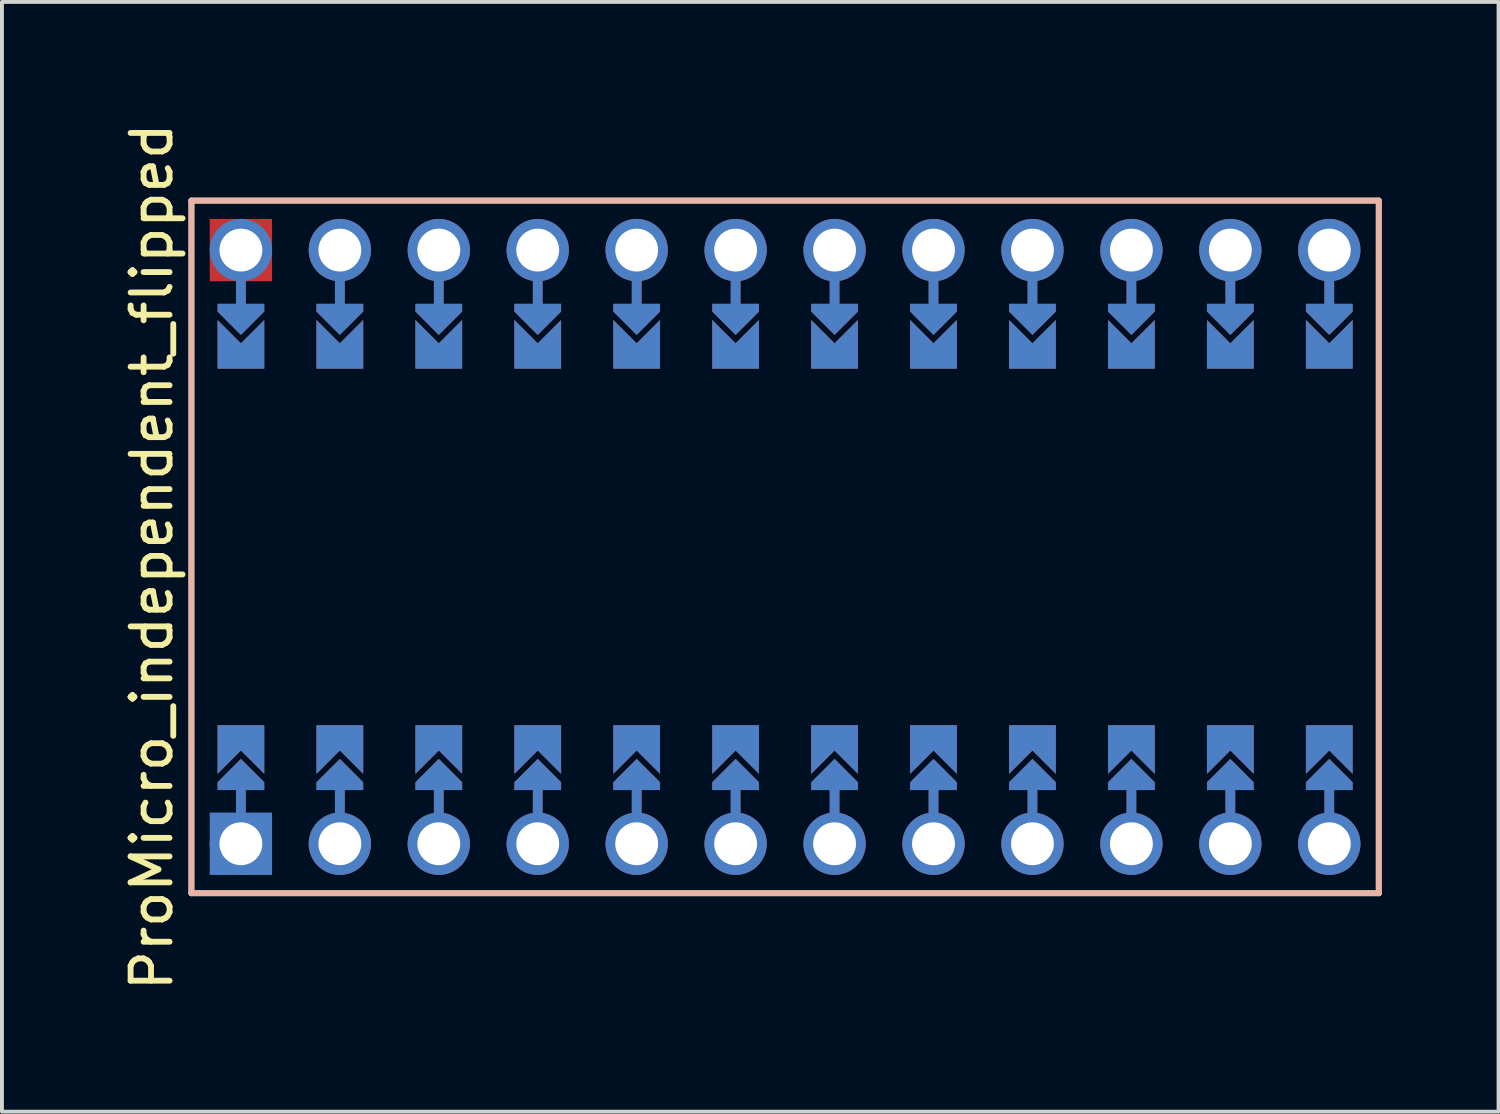
<source format=kicad_pcb>
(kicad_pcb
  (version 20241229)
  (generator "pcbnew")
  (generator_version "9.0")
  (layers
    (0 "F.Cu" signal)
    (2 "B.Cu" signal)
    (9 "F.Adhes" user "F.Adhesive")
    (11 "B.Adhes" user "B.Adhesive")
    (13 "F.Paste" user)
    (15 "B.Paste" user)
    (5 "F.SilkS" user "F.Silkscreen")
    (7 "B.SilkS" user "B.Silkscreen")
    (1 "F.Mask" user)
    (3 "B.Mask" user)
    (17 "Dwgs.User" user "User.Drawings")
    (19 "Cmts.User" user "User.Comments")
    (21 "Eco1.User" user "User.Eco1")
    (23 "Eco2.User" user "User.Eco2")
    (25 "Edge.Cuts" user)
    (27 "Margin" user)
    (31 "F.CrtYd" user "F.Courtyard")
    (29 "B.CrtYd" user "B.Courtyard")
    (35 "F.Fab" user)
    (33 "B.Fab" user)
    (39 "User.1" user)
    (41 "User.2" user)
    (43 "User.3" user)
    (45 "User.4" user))
  (footprint "ProMicro_independent_flipped"
    (layer "F.Cu")
    (at 17.104 10.99)
    (property "Reference" "ProMicro_independent_flipped" (at -16.256 0.254 90) (layer "F.SilkS") (effects (font (size 1 1) (thickness 0.15))))
    (attr through_hole)
    (fp_poly (pts (xy -14.478 -5.08) (xy -13.462 -5.08) (xy -13.462 -6.096) (xy -14.478 -6.096)) (stroke (width 0.2) (type solid)) (fill yes) (layer "F.Mask"))
    (fp_poly (pts (xy -13.462 5.08) (xy -14.478 5.08) (xy -14.478 6.096) (xy -13.462 6.096)) (stroke (width 0.2) (type solid)) (fill yes) (layer "F.Mask"))
    (fp_poly (pts (xy -11.938 -5.08) (xy -10.922 -5.08) (xy -10.922 -6.096) (xy -11.938 -6.096)) (stroke (width 0.2) (type solid)) (fill yes) (layer "F.Mask"))
    (fp_poly (pts (xy -10.922 5.08) (xy -11.938 5.08) (xy -11.938 6.096) (xy -10.922 6.096)) (stroke (width 0.2) (type solid)) (fill yes) (layer "F.Mask"))
    (fp_poly (pts (xy -9.398 -5.08) (xy -8.382 -5.08) (xy -8.382 -6.096) (xy -9.398 -6.096)) (stroke (width 0.2) (type solid)) (fill yes) (layer "F.Mask"))
    (fp_poly (pts (xy -8.382 5.08) (xy -9.398 5.08) (xy -9.398 6.096) (xy -8.382 6.096)) (stroke (width 0.2) (type solid)) (fill yes) (layer "F.Mask"))
    (fp_poly (pts (xy -6.858 -5.08) (xy -5.842 -5.08) (xy -5.842 -6.096) (xy -6.858 -6.096)) (stroke (width 0.2) (type solid)) (fill yes) (layer "F.Mask"))
    (fp_poly (pts (xy -5.842 5.08) (xy -6.858 5.08) (xy -6.858 6.096) (xy -5.842 6.096)) (stroke (width 0.2) (type solid)) (fill yes) (layer "F.Mask"))
    (fp_poly (pts (xy -4.318 -5.08) (xy -3.302 -5.08) (xy -3.302 -6.096) (xy -4.318 -6.096)) (stroke (width 0.2) (type solid)) (fill yes) (layer "F.Mask"))
    (fp_poly (pts (xy -3.302 5.08) (xy -4.318 5.08) (xy -4.318 6.096) (xy -3.302 6.096)) (stroke (width 0.2) (type solid)) (fill yes) (layer "F.Mask"))
    (fp_poly (pts (xy -1.778 -5.08) (xy -0.762 -5.08) (xy -0.762 -6.096) (xy -1.778 -6.096)) (stroke (width 0.2) (type solid)) (fill yes) (layer "F.Mask"))
    (fp_poly (pts (xy -0.762 5.08) (xy -1.778 5.08) (xy -1.778 6.096) (xy -0.762 6.096)) (stroke (width 0.2) (type solid)) (fill yes) (layer "F.Mask"))
    (fp_poly (pts (xy 0.762 -5.08) (xy 1.778 -5.08) (xy 1.778 -6.096) (xy 0.762 -6.096)) (stroke (width 0.2) (type solid)) (fill yes) (layer "F.Mask"))
    (fp_poly (pts (xy 1.778 5.08) (xy 0.762 5.08) (xy 0.762 6.096) (xy 1.778 6.096)) (stroke (width 0.2) (type solid)) (fill yes) (layer "F.Mask"))
    (fp_poly (pts (xy 3.302 -5.08) (xy 4.318 -5.08) (xy 4.318 -6.096) (xy 3.302 -6.096)) (stroke (width 0.2) (type solid)) (fill yes) (layer "F.Mask"))
    (fp_poly (pts (xy 4.318 5.08) (xy 3.302 5.08) (xy 3.302 6.096) (xy 4.318 6.096)) (stroke (width 0.2) (type solid)) (fill yes) (layer "F.Mask"))
    (fp_poly (pts (xy 5.842 -5.08) (xy 6.858 -5.08) (xy 6.858 -6.096) (xy 5.842 -6.096)) (stroke (width 0.2) (type solid)) (fill yes) (layer "F.Mask"))
    (fp_poly (pts (xy 6.858 5.08) (xy 5.842 5.08) (xy 5.842 6.096) (xy 6.858 6.096)) (stroke (width 0.2) (type solid)) (fill yes) (layer "F.Mask"))
    (fp_poly (pts (xy 8.382 -5.08) (xy 9.398 -5.08) (xy 9.398 -6.096) (xy 8.382 -6.096)) (stroke (width 0.2) (type solid)) (fill yes) (layer "F.Mask"))
    (fp_poly (pts (xy 9.398 5.08) (xy 8.382 5.08) (xy 8.382 6.096) (xy 9.398 6.096)) (stroke (width 0.2) (type solid)) (fill yes) (layer "F.Mask"))
    (fp_poly (pts (xy 10.922 -5.08) (xy 11.938 -5.08) (xy 11.938 -6.096) (xy 10.922 -6.096)) (stroke (width 0.2) (type solid)) (fill yes) (layer "F.Mask"))
    (fp_poly (pts (xy 11.938 5.08) (xy 10.922 5.08) (xy 10.922 6.096) (xy 11.938 6.096)) (stroke (width 0.2) (type solid)) (fill yes) (layer "F.Mask"))
    (fp_poly (pts (xy 13.462 -5.08) (xy 14.478 -5.08) (xy 14.478 -6.096) (xy 13.462 -6.096)) (stroke (width 0.2) (type solid)) (fill yes) (layer "F.Mask"))
    (fp_poly (pts (xy 14.478 5.08) (xy 13.462 5.08) (xy 13.462 6.096) (xy 14.478 6.096)) (stroke (width 0.2) (type solid)) (fill yes) (layer "F.Mask"))
    (fp_poly (pts (xy -14.478 -5.08) (xy -13.462 -5.08) (xy -13.462 -6.096) (xy -14.478 -6.096)) (stroke (width 0.2) (type solid)) (fill yes) (layer "B.Mask"))
    (fp_poly (pts (xy -13.462 5.08) (xy -14.478 5.08) (xy -14.478 6.096) (xy -13.462 6.096)) (stroke (width 0.2) (type solid)) (fill yes) (layer "B.Mask"))
    (fp_poly (pts (xy -11.938 -5.08) (xy -10.922 -5.08) (xy -10.922 -6.096) (xy -11.938 -6.096)) (stroke (width 0.2) (type solid)) (fill yes) (layer "B.Mask"))
    (fp_poly (pts (xy -10.922 5.08) (xy -11.938 5.08) (xy -11.938 6.096) (xy -10.922 6.096)) (stroke (width 0.2) (type solid)) (fill yes) (layer "B.Mask"))
    (fp_poly (pts (xy -9.398 -5.08) (xy -8.382 -5.08) (xy -8.382 -6.096) (xy -9.398 -6.096)) (stroke (width 0.2) (type solid)) (fill yes) (layer "B.Mask"))
    (fp_poly (pts (xy -8.382 5.08) (xy -9.398 5.08) (xy -9.398 6.096) (xy -8.382 6.096)) (stroke (width 0.2) (type solid)) (fill yes) (layer "B.Mask"))
    (fp_poly (pts (xy -6.858 -5.08) (xy -5.842 -5.08) (xy -5.842 -6.096) (xy -6.858 -6.096)) (stroke (width 0.2) (type solid)) (fill yes) (layer "B.Mask"))
    (fp_poly (pts (xy -5.842 5.08) (xy -6.858 5.08) (xy -6.858 6.096) (xy -5.842 6.096)) (stroke (width 0.2) (type solid)) (fill yes) (layer "B.Mask"))
    (fp_poly (pts (xy -4.318 -5.08) (xy -3.302 -5.08) (xy -3.302 -6.096) (xy -4.318 -6.096)) (stroke (width 0.2) (type solid)) (fill yes) (layer "B.Mask"))
    (fp_poly (pts (xy -3.302 5.08) (xy -4.318 5.08) (xy -4.318 6.096) (xy -3.302 6.096)) (stroke (width 0.2) (type solid)) (fill yes) (layer "B.Mask"))
    (fp_poly (pts (xy -1.778 -5.08) (xy -0.762 -5.08) (xy -0.762 -6.096) (xy -1.778 -6.096)) (stroke (width 0.2) (type solid)) (fill yes) (layer "B.Mask"))
    (fp_poly (pts (xy -0.762 5.08) (xy -1.778 5.08) (xy -1.778 6.096) (xy -0.762 6.096)) (stroke (width 0.2) (type solid)) (fill yes) (layer "B.Mask"))
    (fp_poly (pts (xy 0.762 -5.08) (xy 1.778 -5.08) (xy 1.778 -6.096) (xy 0.762 -6.096)) (stroke (width 0.2) (type solid)) (fill yes) (layer "B.Mask"))
    (fp_poly (pts (xy 1.778 5.08) (xy 0.762 5.08) (xy 0.762 6.096) (xy 1.778 6.096)) (stroke (width 0.2) (type solid)) (fill yes) (layer "B.Mask"))
    (fp_poly (pts (xy 3.302 -5.08) (xy 4.318 -5.08) (xy 4.318 -6.096) (xy 3.302 -6.096)) (stroke (width 0.2) (type solid)) (fill yes) (layer "B.Mask"))
    (fp_poly (pts (xy 4.318 5.08) (xy 3.302 5.08) (xy 3.302 6.096) (xy 4.318 6.096)) (stroke (width 0.2) (type solid)) (fill yes) (layer "B.Mask"))
    (fp_poly (pts (xy 5.842 -5.08) (xy 6.858 -5.08) (xy 6.858 -6.096) (xy 5.842 -6.096)) (stroke (width 0.2) (type solid)) (fill yes) (layer "B.Mask"))
    (fp_poly (pts (xy 6.858 5.08) (xy 5.842 5.08) (xy 5.842 6.096) (xy 6.858 6.096)) (stroke (width 0.2) (type solid)) (fill yes) (layer "B.Mask"))
    (fp_poly (pts (xy 8.382 -5.08) (xy 9.398 -5.08) (xy 9.398 -6.096) (xy 8.382 -6.096)) (stroke (width 0.2) (type solid)) (fill yes) (layer "B.Mask"))
    (fp_poly (pts (xy 9.398 5.08) (xy 8.382 5.08) (xy 8.382 6.096) (xy 9.398 6.096)) (stroke (width 0.2) (type solid)) (fill yes) (layer "B.Mask"))
    (fp_poly (pts (xy 10.922 -5.08) (xy 11.938 -5.08) (xy 11.938 -6.096) (xy 10.922 -6.096)) (stroke (width 0.2) (type solid)) (fill yes) (layer "B.Mask"))
    (fp_poly (pts (xy 11.938 5.08) (xy 10.922 5.08) (xy 10.922 6.096) (xy 11.938 6.096)) (stroke (width 0.2) (type solid)) (fill yes) (layer "B.Mask"))
    (fp_poly (pts (xy 13.462 -5.08) (xy 14.478 -5.08) (xy 14.478 -6.096) (xy 13.462 -6.096)) (stroke (width 0.2) (type solid)) (fill yes) (layer "B.Mask"))
    (fp_poly (pts (xy 14.478 5.08) (xy 13.462 5.08) (xy 13.462 6.096) (xy 14.478 6.096)) (stroke (width 0.2) (type solid)) (fill yes) (layer "B.Mask"))
    (fp_line (start -15.24 -8.89) (end -15.24 8.89) (stroke (width 0.15) (type solid)) (layer "F.SilkS"))
    (fp_line (start -15.24 -8.89) (end 15.24 -8.89) (stroke (width 0.15) (type solid)) (layer "F.SilkS"))
    (fp_line (start -15.24 8.89) (end 15.24 8.89) (stroke (width 0.15) (type solid)) (layer "F.SilkS"))
    (fp_line (start 15.24 8.89) (end 15.24 -8.89) (stroke (width 0.15) (type solid)) (layer "F.SilkS"))
    (fp_line (start -15.24 -8.89) (end -15.24 8.89) (stroke (width 0.15) (type solid)) (layer "B.SilkS"))
    (fp_line (start -15.24 -8.89) (end 15.24 -8.89) (stroke (width 0.15) (type solid)) (layer "B.SilkS"))
    (fp_line (start -15.24 8.89) (end 15.24 8.89) (stroke (width 0.15) (type solid)) (layer "B.SilkS"))
    (fp_line (start 15.24 8.89) (end 15.24 -8.89) (stroke (width 0.15) (type solid)) (layer "B.SilkS"))
    (pad "" thru_hole circle (at -13.97 -7.62) (size 1.6 1.6) (drill 1.1) (layers "*.Cu" "*.Paste" "*.Mask"))
    (pad "" smd rect (at -13.97 -7.62 90) (size 1.6 1.6) (layers "F.Cu" "F.Mask" "F.Paste"))
    (pad "" smd custom (at -13.97 -6.35 180) (size 0.25 1) (layers "F.Cu") (options (anchor rect)) (primitives))
    (pad "" smd custom (at -13.97 -6.35 180) (size 0.25 1) (layers "B.Cu") (options (anchor rect)) (primitives))
    (pad "" smd custom (at -13.97 -5.842 180) (size 0.1 0.1) (layers "F.Cu" "F.Mask") (options (anchor rect)) (primitives (gr_poly (pts (xy 0.6 0.4) (xy -0.6 0.4) (xy -0.6 0.2) (xy 0 -0.4) (xy 0.6 0.2)) (width 0) (fill yes))))
    (pad "" smd custom (at -13.97 -5.842 180) (size 0.1 0.1) (layers "B.Cu" "B.Mask") (options (anchor rect)) (primitives (gr_poly (pts (xy 0.6 0.4) (xy -0.6 0.4) (xy -0.6 0.2) (xy 0 -0.4) (xy 0.6 0.2)) (width 0) (fill yes))))
    (pad "" smd custom (at -13.97 5.842) (size 0.1 0.1) (layers "F.Cu" "F.Mask") (options (anchor rect)) (primitives (gr_poly (pts (xy 0.6 0.4) (xy -0.6 0.4) (xy -0.6 0.2) (xy 0 -0.4) (xy 0.6 0.2)) (width 0) (fill yes))))
    (pad "" smd custom (at -13.97 5.842) (size 0.1 0.1) (layers "B.Cu" "B.Mask") (options (anchor rect)) (primitives (gr_poly (pts (xy 0.6 0.4) (xy -0.6 0.4) (xy -0.6 0.2) (xy 0 -0.4) (xy 0.6 0.2)) (width 0) (fill yes))))
    (pad "" smd custom (at -13.97 6.35) (size 0.25 1) (layers "F.Cu") (options (anchor rect)) (primitives))
    (pad "" smd custom (at -13.97 6.35) (size 0.25 1) (layers "B.Cu") (options (anchor rect)) (primitives))
    (pad "" thru_hole circle (at -13.97 7.62) (size 1.6 1.6) (drill 1.1) (layers "*.Cu" "*.Paste" "*.Mask"))
    (pad "" smd rect (at -13.97 7.62) (size 1.6 1.6) (layers "B.Cu" "B.Mask" "B.Paste"))
    (pad "" thru_hole circle (at -11.43 -7.62) (size 1.6 1.6) (drill 1.1) (layers "*.Cu" "*.Paste" "*.Mask"))
    (pad "" smd custom (at -11.43 -6.35 180) (size 0.25 1) (layers "F.Cu") (options (anchor rect)) (primitives))
    (pad "" smd custom (at -11.43 -6.35 180) (size 0.25 1) (layers "B.Cu") (options (anchor rect)) (primitives))
    (pad "" smd custom (at -11.43 -5.842 180) (size 0.1 0.1) (layers "F.Cu" "F.Mask") (options (anchor rect)) (primitives (gr_poly (pts (xy 0.6 0.4) (xy -0.6 0.4) (xy -0.6 0.2) (xy 0 -0.4) (xy 0.6 0.2)) (width 0) (fill yes))))
    (pad "" smd custom (at -11.43 -5.842 180) (size 0.1 0.1) (layers "B.Cu" "B.Mask") (options (anchor rect)) (primitives (gr_poly (pts (xy 0.6 0.4) (xy -0.6 0.4) (xy -0.6 0.2) (xy 0 -0.4) (xy 0.6 0.2)) (width 0) (fill yes))))
    (pad "" smd custom (at -11.43 5.842) (size 0.1 0.1) (layers "F.Cu" "F.Mask") (options (anchor rect)) (primitives (gr_poly (pts (xy 0.6 0.4) (xy -0.6 0.4) (xy -0.6 0.2) (xy 0 -0.4) (xy 0.6 0.2)) (width 0) (fill yes))))
    (pad "" smd custom (at -11.43 5.842) (size 0.1 0.1) (layers "B.Cu" "B.Mask") (options (anchor rect)) (primitives (gr_poly (pts (xy 0.6 0.4) (xy -0.6 0.4) (xy -0.6 0.2) (xy 0 -0.4) (xy 0.6 0.2)) (width 0) (fill yes))))
    (pad "" smd custom (at -11.43 6.35) (size 0.25 1) (layers "F.Cu") (options (anchor rect)) (primitives))
    (pad "" smd custom (at -11.43 6.35) (size 0.25 1) (layers "B.Cu") (options (anchor rect)) (primitives))
    (pad "" thru_hole circle (at -11.43 7.62) (size 1.6 1.6) (drill 1.1) (layers "*.Cu" "*.Paste" "*.Mask"))
    (pad "" thru_hole circle (at -8.89 -7.62) (size 1.6 1.6) (drill 1.1) (layers "*.Cu" "*.Paste" "*.Mask"))
    (pad "" smd custom (at -8.89 -6.35 180) (size 0.25 1) (layers "F.Cu") (options (anchor rect)) (primitives))
    (pad "" smd custom (at -8.89 -6.35 180) (size 0.25 1) (layers "B.Cu") (options (anchor rect)) (primitives))
    (pad "" smd custom (at -8.89 -5.842 180) (size 0.1 0.1) (layers "F.Cu" "F.Mask") (options (anchor rect)) (primitives (gr_poly (pts (xy 0.6 0.4) (xy -0.6 0.4) (xy -0.6 0.2) (xy 0 -0.4) (xy 0.6 0.2)) (width 0) (fill yes))))
    (pad "" smd custom (at -8.89 -5.842 180) (size 0.1 0.1) (layers "B.Cu" "B.Mask") (options (anchor rect)) (primitives (gr_poly (pts (xy 0.6 0.4) (xy -0.6 0.4) (xy -0.6 0.2) (xy 0 -0.4) (xy 0.6 0.2)) (width 0) (fill yes))))
    (pad "" smd custom (at -8.89 5.842) (size 0.1 0.1) (layers "F.Cu" "F.Mask") (options (anchor rect)) (primitives (gr_poly (pts (xy 0.6 0.4) (xy -0.6 0.4) (xy -0.6 0.2) (xy 0 -0.4) (xy 0.6 0.2)) (width 0) (fill yes))))
    (pad "" smd custom (at -8.89 5.842) (size 0.1 0.1) (layers "B.Cu" "B.Mask") (options (anchor rect)) (primitives (gr_poly (pts (xy 0.6 0.4) (xy -0.6 0.4) (xy -0.6 0.2) (xy 0 -0.4) (xy 0.6 0.2)) (width 0) (fill yes))))
    (pad "" smd custom (at -8.89 6.35) (size 0.25 1) (layers "F.Cu") (options (anchor rect)) (primitives))
    (pad "" smd custom (at -8.89 6.35) (size 0.25 1) (layers "B.Cu") (options (anchor rect)) (primitives))
    (pad "" thru_hole circle (at -8.89 7.62) (size 1.6 1.6) (drill 1.1) (layers "*.Cu" "*.Paste" "*.Mask"))
    (pad "" thru_hole circle (at -6.35 -7.62) (size 1.6 1.6) (drill 1.1) (layers "*.Cu" "*.Paste" "*.Mask"))
    (pad "" smd custom (at -6.35 -6.35 180) (size 0.25 1) (layers "F.Cu") (options (anchor rect)) (primitives))
    (pad "" smd custom (at -6.35 -6.35 180) (size 0.25 1) (layers "B.Cu") (options (anchor rect)) (primitives))
    (pad "" smd custom (at -6.35 -5.842 180) (size 0.1 0.1) (layers "F.Cu" "F.Mask") (options (anchor rect)) (primitives (gr_poly (pts (xy 0.6 0.4) (xy -0.6 0.4) (xy -0.6 0.2) (xy 0 -0.4) (xy 0.6 0.2)) (width 0) (fill yes))))
    (pad "" smd custom (at -6.35 -5.842 180) (size 0.1 0.1) (layers "B.Cu" "B.Mask") (options (anchor rect)) (primitives (gr_poly (pts (xy 0.6 0.4) (xy -0.6 0.4) (xy -0.6 0.2) (xy 0 -0.4) (xy 0.6 0.2)) (width 0) (fill yes))))
    (pad "" smd custom (at -6.35 5.842) (size 0.1 0.1) (layers "F.Cu" "F.Mask") (options (anchor rect)) (primitives (gr_poly (pts (xy 0.6 0.4) (xy -0.6 0.4) (xy -0.6 0.2) (xy 0 -0.4) (xy 0.6 0.2)) (width 0) (fill yes))))
    (pad "" smd custom (at -6.35 5.842) (size 0.1 0.1) (layers "B.Cu" "B.Mask") (options (anchor rect)) (primitives (gr_poly (pts (xy 0.6 0.4) (xy -0.6 0.4) (xy -0.6 0.2) (xy 0 -0.4) (xy 0.6 0.2)) (width 0) (fill yes))))
    (pad "" smd custom (at -6.35 6.35) (size 0.25 1) (layers "F.Cu") (options (anchor rect)) (primitives))
    (pad "" smd custom (at -6.35 6.35) (size 0.25 1) (layers "B.Cu") (options (anchor rect)) (primitives))
    (pad "" thru_hole circle (at -6.35 7.62) (size 1.6 1.6) (drill 1.1) (layers "*.Cu" "*.Paste" "*.Mask"))
    (pad "" thru_hole circle (at -3.81 -7.62) (size 1.6 1.6) (drill 1.1) (layers "*.Cu" "*.Paste" "*.Mask"))
    (pad "" smd custom (at -3.81 -6.35 180) (size 0.25 1) (layers "F.Cu") (options (anchor rect)) (primitives))
    (pad "" smd custom (at -3.81 -6.35 180) (size 0.25 1) (layers "B.Cu") (options (anchor rect)) (primitives))
    (pad "" smd custom (at -3.81 -5.842 180) (size 0.1 0.1) (layers "F.Cu" "F.Mask") (options (anchor rect)) (primitives (gr_poly (pts (xy 0.6 0.4) (xy -0.6 0.4) (xy -0.6 0.2) (xy 0 -0.4) (xy 0.6 0.2)) (width 0) (fill yes))))
    (pad "" smd custom (at -3.81 -5.842 180) (size 0.1 0.1) (layers "B.Cu" "B.Mask") (options (anchor rect)) (primitives (gr_poly (pts (xy 0.6 0.4) (xy -0.6 0.4) (xy -0.6 0.2) (xy 0 -0.4) (xy 0.6 0.2)) (width 0) (fill yes))))
    (pad "" smd custom (at -3.81 5.842) (size 0.1 0.1) (layers "F.Cu" "F.Mask") (options (anchor rect)) (primitives (gr_poly (pts (xy 0.6 0.4) (xy -0.6 0.4) (xy -0.6 0.2) (xy 0 -0.4) (xy 0.6 0.2)) (width 0) (fill yes))))
    (pad "" smd custom (at -3.81 5.842) (size 0.1 0.1) (layers "B.Cu" "B.Mask") (options (anchor rect)) (primitives (gr_poly (pts (xy 0.6 0.4) (xy -0.6 0.4) (xy -0.6 0.2) (xy 0 -0.4) (xy 0.6 0.2)) (width 0) (fill yes))))
    (pad "" smd custom (at -3.81 6.35) (size 0.25 1) (layers "F.Cu") (options (anchor rect)) (primitives))
    (pad "" smd custom (at -3.81 6.35) (size 0.25 1) (layers "B.Cu") (options (anchor rect)) (primitives))
    (pad "" thru_hole circle (at -3.81 7.62) (size 1.6 1.6) (drill 1.1) (layers "*.Cu" "*.Paste" "*.Mask"))
    (pad "" thru_hole circle (at -1.27 -7.62) (size 1.6 1.6) (drill 1.1) (layers "*.Cu" "*.Paste" "*.Mask"))
    (pad "" smd custom (at -1.27 -6.35 180) (size 0.25 1) (layers "F.Cu") (options (anchor rect)) (primitives))
    (pad "" smd custom (at -1.27 -6.35 180) (size 0.25 1) (layers "B.Cu") (options (anchor rect)) (primitives))
    (pad "" smd custom (at -1.27 -5.842 180) (size 0.1 0.1) (layers "F.Cu" "F.Mask") (options (anchor rect)) (primitives (gr_poly (pts (xy 0.6 0.4) (xy -0.6 0.4) (xy -0.6 0.2) (xy 0 -0.4) (xy 0.6 0.2)) (width 0) (fill yes))))
    (pad "" smd custom (at -1.27 -5.842 180) (size 0.1 0.1) (layers "B.Cu" "B.Mask") (options (anchor rect)) (primitives (gr_poly (pts (xy 0.6 0.4) (xy -0.6 0.4) (xy -0.6 0.2) (xy 0 -0.4) (xy 0.6 0.2)) (width 0) (fill yes))))
    (pad "" smd custom (at -1.27 5.842) (size 0.1 0.1) (layers "F.Cu" "F.Mask") (options (anchor rect)) (primitives (gr_poly (pts (xy 0.6 0.4) (xy -0.6 0.4) (xy -0.6 0.2) (xy 0 -0.4) (xy 0.6 0.2)) (width 0) (fill yes))))
    (pad "" smd custom (at -1.27 5.842) (size 0.1 0.1) (layers "B.Cu" "B.Mask") (options (anchor rect)) (primitives (gr_poly (pts (xy 0.6 0.4) (xy -0.6 0.4) (xy -0.6 0.2) (xy 0 -0.4) (xy 0.6 0.2)) (width 0) (fill yes))))
    (pad "" smd custom (at -1.27 6.35) (size 0.25 1) (layers "F.Cu") (options (anchor rect)) (primitives))
    (pad "" smd custom (at -1.27 6.35) (size 0.25 1) (layers "B.Cu") (options (anchor rect)) (primitives))
    (pad "" thru_hole circle (at -1.27 7.62) (size 1.6 1.6) (drill 1.1) (layers "*.Cu" "*.Paste" "*.Mask"))
    (pad "" thru_hole circle (at 1.27 -7.62) (size 1.6 1.6) (drill 1.1) (layers "*.Cu" "*.Paste" "*.Mask"))
    (pad "" smd custom (at 1.27 -6.35 180) (size 0.25 1) (layers "F.Cu") (options (anchor rect)) (primitives))
    (pad "" smd custom (at 1.27 -6.35 180) (size 0.25 1) (layers "B.Cu") (options (anchor rect)) (primitives))
    (pad "" smd custom (at 1.27 -5.842 180) (size 0.1 0.1) (layers "F.Cu" "F.Mask") (options (anchor rect)) (primitives (gr_poly (pts (xy 0.6 0.4) (xy -0.6 0.4) (xy -0.6 0.2) (xy 0 -0.4) (xy 0.6 0.2)) (width 0) (fill yes))))
    (pad "" smd custom (at 1.27 -5.842 180) (size 0.1 0.1) (layers "B.Cu" "B.Mask") (options (anchor rect)) (primitives (gr_poly (pts (xy 0.6 0.4) (xy -0.6 0.4) (xy -0.6 0.2) (xy 0 -0.4) (xy 0.6 0.2)) (width 0) (fill yes))))
    (pad "" smd custom (at 1.27 5.842) (size 0.1 0.1) (layers "F.Cu" "F.Mask") (options (anchor rect)) (primitives (gr_poly (pts (xy 0.6 0.4) (xy -0.6 0.4) (xy -0.6 0.2) (xy 0 -0.4) (xy 0.6 0.2)) (width 0) (fill yes))))
    (pad "" smd custom (at 1.27 5.842) (size 0.1 0.1) (layers "B.Cu" "B.Mask") (options (anchor rect)) (primitives (gr_poly (pts (xy 0.6 0.4) (xy -0.6 0.4) (xy -0.6 0.2) (xy 0 -0.4) (xy 0.6 0.2)) (width 0) (fill yes))))
    (pad "" smd custom (at 1.27 6.35) (size 0.25 1) (layers "F.Cu") (options (anchor rect)) (primitives))
    (pad "" smd custom (at 1.27 6.35) (size 0.25 1) (layers "B.Cu") (options (anchor rect)) (primitives))
    (pad "" thru_hole circle (at 1.27 7.62) (size 1.6 1.6) (drill 1.1) (layers "*.Cu" "*.Paste" "*.Mask"))
    (pad "" thru_hole circle (at 3.81 -7.62) (size 1.6 1.6) (drill 1.1) (layers "*.Cu" "*.Paste" "*.Mask"))
    (pad "" smd custom (at 3.81 -6.35 180) (size 0.25 1) (layers "F.Cu") (options (anchor rect)) (primitives))
    (pad "" smd custom (at 3.81 -6.35 180) (size 0.25 1) (layers "B.Cu") (options (anchor rect)) (primitives))
    (pad "" smd custom (at 3.81 -5.842 180) (size 0.1 0.1) (layers "F.Cu" "F.Mask") (options (anchor rect)) (primitives (gr_poly (pts (xy 0.6 0.4) (xy -0.6 0.4) (xy -0.6 0.2) (xy 0 -0.4) (xy 0.6 0.2)) (width 0) (fill yes))))
    (pad "" smd custom (at 3.81 -5.842 180) (size 0.1 0.1) (layers "B.Cu" "B.Mask") (options (anchor rect)) (primitives (gr_poly (pts (xy 0.6 0.4) (xy -0.6 0.4) (xy -0.6 0.2) (xy 0 -0.4) (xy 0.6 0.2)) (width 0) (fill yes))))
    (pad "" smd custom (at 3.81 5.842) (size 0.1 0.1) (layers "F.Cu" "F.Mask") (options (anchor rect)) (primitives (gr_poly (pts (xy 0.6 0.4) (xy -0.6 0.4) (xy -0.6 0.2) (xy 0 -0.4) (xy 0.6 0.2)) (width 0) (fill yes))))
    (pad "" smd custom (at 3.81 5.842) (size 0.1 0.1) (layers "B.Cu" "B.Mask") (options (anchor rect)) (primitives (gr_poly (pts (xy 0.6 0.4) (xy -0.6 0.4) (xy -0.6 0.2) (xy 0 -0.4) (xy 0.6 0.2)) (width 0) (fill yes))))
    (pad "" smd custom (at 3.81 6.35) (size 0.25 1) (layers "F.Cu") (options (anchor rect)) (primitives))
    (pad "" smd custom (at 3.81 6.35) (size 0.25 1) (layers "B.Cu") (options (anchor rect)) (primitives))
    (pad "" thru_hole circle (at 3.81 7.62) (size 1.6 1.6) (drill 1.1) (layers "*.Cu" "*.Paste" "*.Mask"))
    (pad "" thru_hole circle (at 6.35 -7.62) (size 1.6 1.6) (drill 1.1) (layers "*.Cu" "*.Paste" "*.Mask"))
    (pad "" smd custom (at 6.35 -6.35 180) (size 0.25 1) (layers "F.Cu") (options (anchor rect)) (primitives))
    (pad "" smd custom (at 6.35 -6.35 180) (size 0.25 1) (layers "B.Cu") (options (anchor rect)) (primitives))
    (pad "" smd custom (at 6.35 -5.842 180) (size 0.1 0.1) (layers "F.Cu" "F.Mask") (options (anchor rect)) (primitives (gr_poly (pts (xy 0.6 0.4) (xy -0.6 0.4) (xy -0.6 0.2) (xy 0 -0.4) (xy 0.6 0.2)) (width 0) (fill yes))))
    (pad "" smd custom (at 6.35 -5.842 180) (size 0.1 0.1) (layers "B.Cu" "B.Mask") (options (anchor rect)) (primitives (gr_poly (pts (xy 0.6 0.4) (xy -0.6 0.4) (xy -0.6 0.2) (xy 0 -0.4) (xy 0.6 0.2)) (width 0) (fill yes))))
    (pad "" smd custom (at 6.35 5.842) (size 0.1 0.1) (layers "F.Cu" "F.Mask") (options (anchor rect)) (primitives (gr_poly (pts (xy 0.6 0.4) (xy -0.6 0.4) (xy -0.6 0.2) (xy 0 -0.4) (xy 0.6 0.2)) (width 0) (fill yes))))
    (pad "" smd custom (at 6.35 5.842) (size 0.1 0.1) (layers "B.Cu" "B.Mask") (options (anchor rect)) (primitives (gr_poly (pts (xy 0.6 0.4) (xy -0.6 0.4) (xy -0.6 0.2) (xy 0 -0.4) (xy 0.6 0.2)) (width 0) (fill yes))))
    (pad "" smd custom (at 6.35 6.35) (size 0.25 1) (layers "F.Cu") (options (anchor rect)) (primitives))
    (pad "" smd custom (at 6.35 6.35) (size 0.25 1) (layers "B.Cu") (options (anchor rect)) (primitives))
    (pad "" thru_hole circle (at 6.35 7.62) (size 1.6 1.6) (drill 1.1) (layers "*.Cu" "*.Paste" "*.Mask"))
    (pad "" thru_hole circle (at 8.89 -7.62) (size 1.6 1.6) (drill 1.1) (layers "*.Cu" "*.Paste" "*.Mask"))
    (pad "" smd custom (at 8.89 -6.35 180) (size 0.25 1) (layers "F.Cu") (options (anchor rect)) (primitives))
    (pad "" smd custom (at 8.89 -6.35 180) (size 0.25 1) (layers "B.Cu") (options (anchor rect)) (primitives))
    (pad "" smd custom (at 8.89 -5.842 180) (size 0.1 0.1) (layers "F.Cu" "F.Mask") (options (anchor rect)) (primitives (gr_poly (pts (xy 0.6 0.4) (xy -0.6 0.4) (xy -0.6 0.2) (xy 0 -0.4) (xy 0.6 0.2)) (width 0) (fill yes))))
    (pad "" smd custom (at 8.89 -5.842 180) (size 0.1 0.1) (layers "B.Cu" "B.Mask") (options (anchor rect)) (primitives (gr_poly (pts (xy 0.6 0.4) (xy -0.6 0.4) (xy -0.6 0.2) (xy 0 -0.4) (xy 0.6 0.2)) (width 0) (fill yes))))
    (pad "" smd custom (at 8.89 5.842) (size 0.1 0.1) (layers "F.Cu" "F.Mask") (options (anchor rect)) (primitives (gr_poly (pts (xy 0.6 0.4) (xy -0.6 0.4) (xy -0.6 0.2) (xy 0 -0.4) (xy 0.6 0.2)) (width 0) (fill yes))))
    (pad "" smd custom (at 8.89 5.842) (size 0.1 0.1) (layers "B.Cu" "B.Mask") (options (anchor rect)) (primitives (gr_poly (pts (xy 0.6 0.4) (xy -0.6 0.4) (xy -0.6 0.2) (xy 0 -0.4) (xy 0.6 0.2)) (width 0) (fill yes))))
    (pad "" smd custom (at 8.89 6.35) (size 0.25 1) (layers "F.Cu") (options (anchor rect)) (primitives))
    (pad "" smd custom (at 8.89 6.35) (size 0.25 1) (layers "B.Cu") (options (anchor rect)) (primitives))
    (pad "" thru_hole circle (at 8.89 7.62) (size 1.6 1.6) (drill 1.1) (layers "*.Cu" "*.Paste" "*.Mask"))
    (pad "" thru_hole circle (at 11.43 -7.62) (size 1.6 1.6) (drill 1.1) (layers "*.Cu" "*.Paste" "*.Mask"))
    (pad "" smd custom (at 11.43 -6.35 180) (size 0.25 1) (layers "F.Cu") (options (anchor rect)) (primitives))
    (pad "" smd custom (at 11.43 -6.35 180) (size 0.25 1) (layers "B.Cu") (options (anchor rect)) (primitives))
    (pad "" smd custom (at 11.43 -5.842 180) (size 0.1 0.1) (layers "F.Cu" "F.Mask") (options (anchor rect)) (primitives (gr_poly (pts (xy 0.6 0.4) (xy -0.6 0.4) (xy -0.6 0.2) (xy 0 -0.4) (xy 0.6 0.2)) (width 0) (fill yes))))
    (pad "" smd custom (at 11.43 -5.842 180) (size 0.1 0.1) (layers "B.Cu" "B.Mask") (options (anchor rect)) (primitives (gr_poly (pts (xy 0.6 0.4) (xy -0.6 0.4) (xy -0.6 0.2) (xy 0 -0.4) (xy 0.6 0.2)) (width 0) (fill yes))))
    (pad "" smd custom (at 11.43 5.842) (size 0.1 0.1) (layers "F.Cu" "F.Mask") (options (anchor rect)) (primitives (gr_poly (pts (xy 0.6 0.4) (xy -0.6 0.4) (xy -0.6 0.2) (xy 0 -0.4) (xy 0.6 0.2)) (width 0) (fill yes))))
    (pad "" smd custom (at 11.43 5.842) (size 0.1 0.1) (layers "B.Cu" "B.Mask") (options (anchor rect)) (primitives (gr_poly (pts (xy 0.6 0.4) (xy -0.6 0.4) (xy -0.6 0.2) (xy 0 -0.4) (xy 0.6 0.2)) (width 0) (fill yes))))
    (pad "" smd custom (at 11.43 6.35) (size 0.25 1) (layers "F.Cu") (options (anchor rect)) (primitives))
    (pad "" smd custom (at 11.43 6.35) (size 0.25 1) (layers "B.Cu") (options (anchor rect)) (primitives))
    (pad "" thru_hole circle (at 11.43 7.62) (size 1.6 1.6) (drill 1.1) (layers "*.Cu" "*.Paste" "*.Mask"))
    (pad "" thru_hole circle (at 13.97 -7.62) (size 1.6 1.6) (drill 1.1) (layers "*.Cu" "*.Paste" "*.Mask"))
    (pad "" smd custom (at 13.97 -6.35 180) (size 0.25 1) (layers "F.Cu") (options (anchor rect)) (primitives))
    (pad "" smd custom (at 13.97 -6.35 180) (size 0.25 1) (layers "B.Cu") (options (anchor rect)) (primitives))
    (pad "" smd custom (at 13.97 -5.842 180) (size 0.1 0.1) (layers "F.Cu" "F.Mask") (options (anchor rect)) (primitives (gr_poly (pts (xy 0.6 0.4) (xy -0.6 0.4) (xy -0.6 0.2) (xy 0 -0.4) (xy 0.6 0.2)) (width 0) (fill yes))))
    (pad "" smd custom (at 13.97 -5.842 180) (size 0.1 0.1) (layers "B.Cu" "B.Mask") (options (anchor rect)) (primitives (gr_poly (pts (xy 0.6 0.4) (xy -0.6 0.4) (xy -0.6 0.2) (xy 0 -0.4) (xy 0.6 0.2)) (width 0) (fill yes))))
    (pad "" smd custom (at 13.97 5.842) (size 0.1 0.1) (layers "F.Cu" "F.Mask") (options (anchor rect)) (primitives (gr_poly (pts (xy 0.6 0.4) (xy -0.6 0.4) (xy -0.6 0.2) (xy 0 -0.4) (xy 0.6 0.2)) (width 0) (fill yes))))
    (pad "" smd custom (at 13.97 5.842) (size 0.1 0.1) (layers "B.Cu" "B.Mask") (options (anchor rect)) (primitives (gr_poly (pts (xy 0.6 0.4) (xy -0.6 0.4) (xy -0.6 0.2) (xy 0 -0.4) (xy 0.6 0.2)) (width 0) (fill yes))))
    (pad "" smd custom (at 13.97 6.35) (size 0.25 1) (layers "F.Cu") (options (anchor rect)) (primitives))
    (pad "" smd custom (at 13.97 6.35) (size 0.25 1) (layers "B.Cu") (options (anchor rect)) (primitives))
    (pad "" thru_hole circle (at 13.97 7.62) (size 1.6 1.6) (drill 1.1) (layers "*.Cu" "*.Paste" "*.Mask"))
    (pad "1" smd custom (at -13.97 -4.826 180) (size 1.2 0.5) (layers "B.Cu" "B.Mask") (options (anchor rect)) (primitives (gr_poly (pts (xy 0.6 0) (xy -0.6 0) (xy -0.6 1) (xy 0 0.4) (xy 0.6 1)) (width 0) (fill yes))))
    (pad "2" smd custom (at -11.43 -4.826 180) (size 1.2 0.5) (layers "B.Cu" "B.Mask") (options (anchor rect)) (primitives (gr_poly (pts (xy 0.6 0) (xy -0.6 0) (xy -0.6 1) (xy 0 0.4) (xy 0.6 1)) (width 0) (fill yes))))
    (pad "3" smd custom (at -8.89 -4.826 180) (size 1.2 0.5) (layers "B.Cu" "B.Mask") (options (anchor rect)) (primitives (gr_poly (pts (xy 0.6 0) (xy -0.6 0) (xy -0.6 1) (xy 0 0.4) (xy 0.6 1)) (width 0) (fill yes))))
    (pad "4" smd custom (at -6.35 -4.826 180) (size 1.2 0.5) (layers "B.Cu" "B.Mask") (options (anchor rect)) (primitives (gr_poly (pts (xy 0.6 0) (xy -0.6 0) (xy -0.6 1) (xy 0 0.4) (xy 0.6 1)) (width 0) (fill yes))))
    (pad "5" smd custom (at -3.81 -4.826 180) (size 1.2 0.5) (layers "B.Cu" "B.Mask") (options (anchor rect)) (primitives (gr_poly (pts (xy 0.6 0) (xy -0.6 0) (xy -0.6 1) (xy 0 0.4) (xy 0.6 1)) (width 0) (fill yes))))
    (pad "6" smd custom (at -1.27 -4.826 180) (size 1.2 0.5) (layers "B.Cu" "B.Mask") (options (anchor rect)) (primitives (gr_poly (pts (xy 0.6 0) (xy -0.6 0) (xy -0.6 1) (xy 0 0.4) (xy 0.6 1)) (width 0) (fill yes))))
    (pad "7" smd custom (at 1.27 -4.826 180) (size 1.2 0.5) (layers "B.Cu" "B.Mask") (options (anchor rect)) (primitives (gr_poly (pts (xy 0.6 0) (xy -0.6 0) (xy -0.6 1) (xy 0 0.4) (xy 0.6 1)) (width 0) (fill yes))))
    (pad "8" smd custom (at 3.81 -4.826 180) (size 1.2 0.5) (layers "B.Cu" "B.Mask") (options (anchor rect)) (primitives (gr_poly (pts (xy 0.6 0) (xy -0.6 0) (xy -0.6 1) (xy 0 0.4) (xy 0.6 1)) (width 0) (fill yes))))
    (pad "9" smd custom (at 6.35 -4.826 180) (size 1.2 0.5) (layers "B.Cu" "B.Mask") (options (anchor rect)) (primitives (gr_poly (pts (xy 0.6 0) (xy -0.6 0) (xy -0.6 1) (xy 0 0.4) (xy 0.6 1)) (width 0) (fill yes))))
    (pad "10" smd custom (at 8.89 -4.826 180) (size 1.2 0.5) (layers "B.Cu" "B.Mask") (options (anchor rect)) (primitives (gr_poly (pts (xy 0.6 0) (xy -0.6 0) (xy -0.6 1) (xy 0 0.4) (xy 0.6 1)) (width 0) (fill yes))))
    (pad "11" smd custom (at 11.43 -4.826 180) (size 1.2 0.5) (layers "B.Cu" "B.Mask") (options (anchor rect)) (primitives (gr_poly (pts (xy 0.6 0) (xy -0.6 0) (xy -0.6 1) (xy 0 0.4) (xy 0.6 1)) (width 0) (fill yes))))
    (pad "12" smd custom (at 13.97 -4.826 180) (size 1.2 0.5) (layers "B.Cu" "B.Mask") (options (anchor rect)) (primitives (gr_poly (pts (xy 0.6 0) (xy -0.6 0) (xy -0.6 1) (xy 0 0.4) (xy 0.6 1)) (width 0) (fill yes))))
    (pad "13" smd custom (at 13.97 4.826) (size 1.2 0.5) (layers "B.Cu" "B.Mask") (options (anchor rect)) (primitives (gr_poly (pts (xy 0.6 0) (xy -0.6 0) (xy -0.6 1) (xy 0 0.4) (xy 0.6 1)) (width 0) (fill yes))))
    (pad "14" smd custom (at 11.43 4.826) (size 1.2 0.5) (layers "B.Cu" "B.Mask") (options (anchor rect)) (primitives (gr_poly (pts (xy 0.6 0) (xy -0.6 0) (xy -0.6 1) (xy 0 0.4) (xy 0.6 1)) (width 0) (fill yes))))
    (pad "15" smd custom (at 8.89 4.826) (size 1.2 0.5) (layers "B.Cu" "B.Mask") (options (anchor rect)) (primitives (gr_poly (pts (xy 0.6 0) (xy -0.6 0) (xy -0.6 1) (xy 0 0.4) (xy 0.6 1)) (width 0) (fill yes))))
    (pad "16" smd custom (at 6.35 4.826) (size 1.2 0.5) (layers "B.Cu" "B.Mask") (options (anchor rect)) (primitives (gr_poly (pts (xy 0.6 0) (xy -0.6 0) (xy -0.6 1) (xy 0 0.4) (xy 0.6 1)) (width 0) (fill yes))))
    (pad "17" smd custom (at 3.81 4.826) (size 1.2 0.5) (layers "B.Cu" "B.Mask") (options (anchor rect)) (primitives (gr_poly (pts (xy 0.6 0) (xy -0.6 0) (xy -0.6 1) (xy 0 0.4) (xy 0.6 1)) (width 0) (fill yes))))
    (pad "18" smd custom (at 1.27 4.826) (size 1.2 0.5) (layers "B.Cu" "B.Mask") (options (anchor rect)) (primitives (gr_poly (pts (xy 0.6 0) (xy -0.6 0) (xy -0.6 1) (xy 0 0.4) (xy 0.6 1)) (width 0) (fill yes))))
    (pad "19" smd custom (at -1.27 4.826) (size 1.2 0.5) (layers "B.Cu" "B.Mask") (options (anchor rect)) (primitives (gr_poly (pts (xy 0.6 0) (xy -0.6 0) (xy -0.6 1) (xy 0 0.4) (xy 0.6 1)) (width 0) (fill yes))))
    (pad "20" smd custom (at -3.81 4.826) (size 1.2 0.5) (layers "B.Cu" "B.Mask") (options (anchor rect)) (primitives (gr_poly (pts (xy 0.6 0) (xy -0.6 0) (xy -0.6 1) (xy 0 0.4) (xy 0.6 1)) (width 0) (fill yes))))
    (pad "21" smd custom (at -6.35 4.826) (size 1.2 0.5) (layers "B.Cu" "B.Mask") (options (anchor rect)) (primitives (gr_poly (pts (xy 0.6 0) (xy -0.6 0) (xy -0.6 1) (xy 0 0.4) (xy 0.6 1)) (width 0) (fill yes))))
    (pad "22" smd custom (at -8.89 4.826) (size 1.2 0.5) (layers "B.Cu" "B.Mask") (options (anchor rect)) (primitives (gr_poly (pts (xy 0.6 0) (xy -0.6 0) (xy -0.6 1) (xy 0 0.4) (xy 0.6 1)) (width 0) (fill yes))))
    (pad "23" smd custom (at -11.43 4.826) (size 1.2 0.5) (layers "B.Cu" "B.Mask") (options (anchor rect)) (primitives (gr_poly (pts (xy 0.6 0) (xy -0.6 0) (xy -0.6 1) (xy 0 0.4) (xy 0.6 1)) (width 0) (fill yes))))
    (pad "24" smd custom (at -13.97 4.826) (size 1.2 0.5) (layers "B.Cu" "B.Mask") (options (anchor rect)) (primitives (gr_poly (pts (xy 0.6 0) (xy -0.6 0) (xy -0.6 1) (xy 0 0.4) (xy 0.6 1)) (width 0) (fill yes))))
    (pad "25" smd custom (at -13.97 4.826) (size 1.2 0.5) (layers "F.Cu" "F.Mask") (options (anchor rect)) (primitives (gr_poly (pts (xy 0.6 0) (xy -0.6 0) (xy -0.6 1) (xy 0 0.4) (xy 0.6 1)) (width 0) (fill yes))))
    (pad "26" smd custom (at -11.43 4.826) (size 1.2 0.5) (layers "F.Cu" "F.Mask") (options (anchor rect)) (primitives (gr_poly (pts (xy 0.6 0) (xy -0.6 0) (xy -0.6 1) (xy 0 0.4) (xy 0.6 1)) (width 0) (fill yes))))
    (pad "27" smd custom (at -8.89 4.826) (size 1.2 0.5) (layers "F.Cu" "F.Mask") (options (anchor rect)) (primitives (gr_poly (pts (xy 0.6 0) (xy -0.6 0) (xy -0.6 1) (xy 0 0.4) (xy 0.6 1)) (width 0) (fill yes))))
    (pad "28" smd custom (at -6.35 4.826) (size 1.2 0.5) (layers "F.Cu" "F.Mask") (options (anchor rect)) (primitives (gr_poly (pts (xy 0.6 0) (xy -0.6 0) (xy -0.6 1) (xy 0 0.4) (xy 0.6 1)) (width 0) (fill yes))))
    (pad "29" smd custom (at -3.81 4.826) (size 1.2 0.5) (layers "F.Cu" "F.Mask") (options (anchor rect)) (primitives (gr_poly (pts (xy 0.6 0) (xy -0.6 0) (xy -0.6 1) (xy 0 0.4) (xy 0.6 1)) (width 0) (fill yes))))
    (pad "30" smd custom (at -1.27 4.826) (size 1.2 0.5) (layers "F.Cu" "F.Mask") (options (anchor rect)) (primitives (gr_poly (pts (xy 0.6 0) (xy -0.6 0) (xy -0.6 1) (xy 0 0.4) (xy 0.6 1)) (width 0) (fill yes))))
    (pad "31" smd custom (at 1.27 4.826) (size 1.2 0.5) (layers "F.Cu" "F.Mask") (options (anchor rect)) (primitives (gr_poly (pts (xy 0.6 0) (xy -0.6 0) (xy -0.6 1) (xy 0 0.4) (xy 0.6 1)) (width 0) (fill yes))))
    (pad "32" smd custom (at 3.81 4.826) (size 1.2 0.5) (layers "F.Cu" "F.Mask") (options (anchor rect)) (primitives (gr_poly (pts (xy 0.6 0) (xy -0.6 0) (xy -0.6 1) (xy 0 0.4) (xy 0.6 1)) (width 0) (fill yes))))
    (pad "33" smd custom (at 6.35 4.826) (size 1.2 0.5) (layers "F.Cu" "F.Mask") (options (anchor rect)) (primitives (gr_poly (pts (xy 0.6 0) (xy -0.6 0) (xy -0.6 1) (xy 0 0.4) (xy 0.6 1)) (width 0) (fill yes))))
    (pad "34" smd custom (at 8.89 4.826) (size 1.2 0.5) (layers "F.Cu" "F.Mask") (options (anchor rect)) (primitives (gr_poly (pts (xy 0.6 0) (xy -0.6 0) (xy -0.6 1) (xy 0 0.4) (xy 0.6 1)) (width 0) (fill yes))))
    (pad "35" smd custom (at 11.43 4.826) (size 1.2 0.5) (layers "F.Cu" "F.Mask") (options (anchor rect)) (primitives (gr_poly (pts (xy 0.6 0) (xy -0.6 0) (xy -0.6 1) (xy 0 0.4) (xy 0.6 1)) (width 0) (fill yes))))
    (pad "36" smd custom (at 13.97 4.826) (size 1.2 0.5) (layers "F.Cu" "F.Mask") (options (anchor rect)) (primitives (gr_poly (pts (xy 0.6 0) (xy -0.6 0) (xy -0.6 1) (xy 0 0.4) (xy 0.6 1)) (width 0) (fill yes))))
    (pad "37" smd custom (at 13.97 -4.826 180) (size 1.2 0.5) (layers "F.Cu" "F.Mask") (options (anchor rect)) (primitives (gr_poly (pts (xy 0.6 0) (xy -0.6 0) (xy -0.6 1) (xy 0 0.4) (xy 0.6 1)) (width 0) (fill yes))))
    (pad "38" smd custom (at 11.43 -4.826 180) (size 1.2 0.5) (layers "F.Cu" "F.Mask") (options (anchor rect)) (primitives (gr_poly (pts (xy 0.6 0) (xy -0.6 0) (xy -0.6 1) (xy 0 0.4) (xy 0.6 1)) (width 0) (fill yes))))
    (pad "39" smd custom (at 8.89 -4.826 180) (size 1.2 0.5) (layers "F.Cu" "F.Mask") (options (anchor rect)) (primitives (gr_poly (pts (xy 0.6 0) (xy -0.6 0) (xy -0.6 1) (xy 0 0.4) (xy 0.6 1)) (width 0) (fill yes))))
    (pad "40" smd custom (at 6.35 -4.826 180) (size 1.2 0.5) (layers "F.Cu" "F.Mask") (options (anchor rect)) (primitives (gr_poly (pts (xy 0.6 0) (xy -0.6 0) (xy -0.6 1) (xy 0 0.4) (xy 0.6 1)) (width 0) (fill yes))))
    (pad "41" smd custom (at 3.81 -4.826 180) (size 1.2 0.5) (layers "F.Cu" "F.Mask") (options (anchor rect)) (primitives (gr_poly (pts (xy 0.6 0) (xy -0.6 0) (xy -0.6 1) (xy 0 0.4) (xy 0.6 1)) (width 0) (fill yes))))
    (pad "42" smd custom (at 1.27 -4.826 180) (size 1.2 0.5) (layers "F.Cu" "F.Mask") (options (anchor rect)) (primitives (gr_poly (pts (xy 0.6 0) (xy -0.6 0) (xy -0.6 1) (xy 0 0.4) (xy 0.6 1)) (width 0) (fill yes))))
    (pad "43" smd custom (at -1.27 -4.826 180) (size 1.2 0.5) (layers "F.Cu" "F.Mask") (options (anchor rect)) (primitives (gr_poly (pts (xy 0.6 0) (xy -0.6 0) (xy -0.6 1) (xy 0 0.4) (xy 0.6 1)) (width 0) (fill yes))))
    (pad "44" smd custom (at -3.81 -4.826 180) (size 1.2 0.5) (layers "F.Cu" "F.Mask") (options (anchor rect)) (primitives (gr_poly (pts (xy 0.6 0) (xy -0.6 0) (xy -0.6 1) (xy 0 0.4) (xy 0.6 1)) (width 0) (fill yes))))
    (pad "45" smd custom (at -6.35 -4.826 180) (size 1.2 0.5) (layers "F.Cu" "F.Mask") (options (anchor rect)) (primitives (gr_poly (pts (xy 0.6 0) (xy -0.6 0) (xy -0.6 1) (xy 0 0.4) (xy 0.6 1)) (width 0) (fill yes))))
    (pad "46" smd custom (at -8.89 -4.826 180) (size 1.2 0.5) (layers "F.Cu" "F.Mask") (options (anchor rect)) (primitives (gr_poly (pts (xy 0.6 0) (xy -0.6 0) (xy -0.6 1) (xy 0 0.4) (xy 0.6 1)) (width 0) (fill yes))))
    (pad "47" smd custom (at -11.43 -4.826 180) (size 1.2 0.5) (layers "F.Cu" "F.Mask") (options (anchor rect)) (primitives (gr_poly (pts (xy 0.6 0) (xy -0.6 0) (xy -0.6 1) (xy 0 0.4) (xy 0.6 1)) (width 0) (fill yes))))
    (pad "48" smd custom (at -13.97 -4.826 180) (size 1.2 0.5) (layers "F.Cu" "F.Mask") (options (anchor rect)) (primitives (gr_poly (pts (xy 0.6 0) (xy -0.6 0) (xy -0.6 1) (xy 0 0.4) (xy 0.6 1)) (width 0) (fill yes)))))
  (gr_rect
    (start -3 -3)
    (end 35.419 25.488)
    (stroke (width 0.1) (type default))
    (fill no)
    (layer "Edge.Cuts")))
</source>
